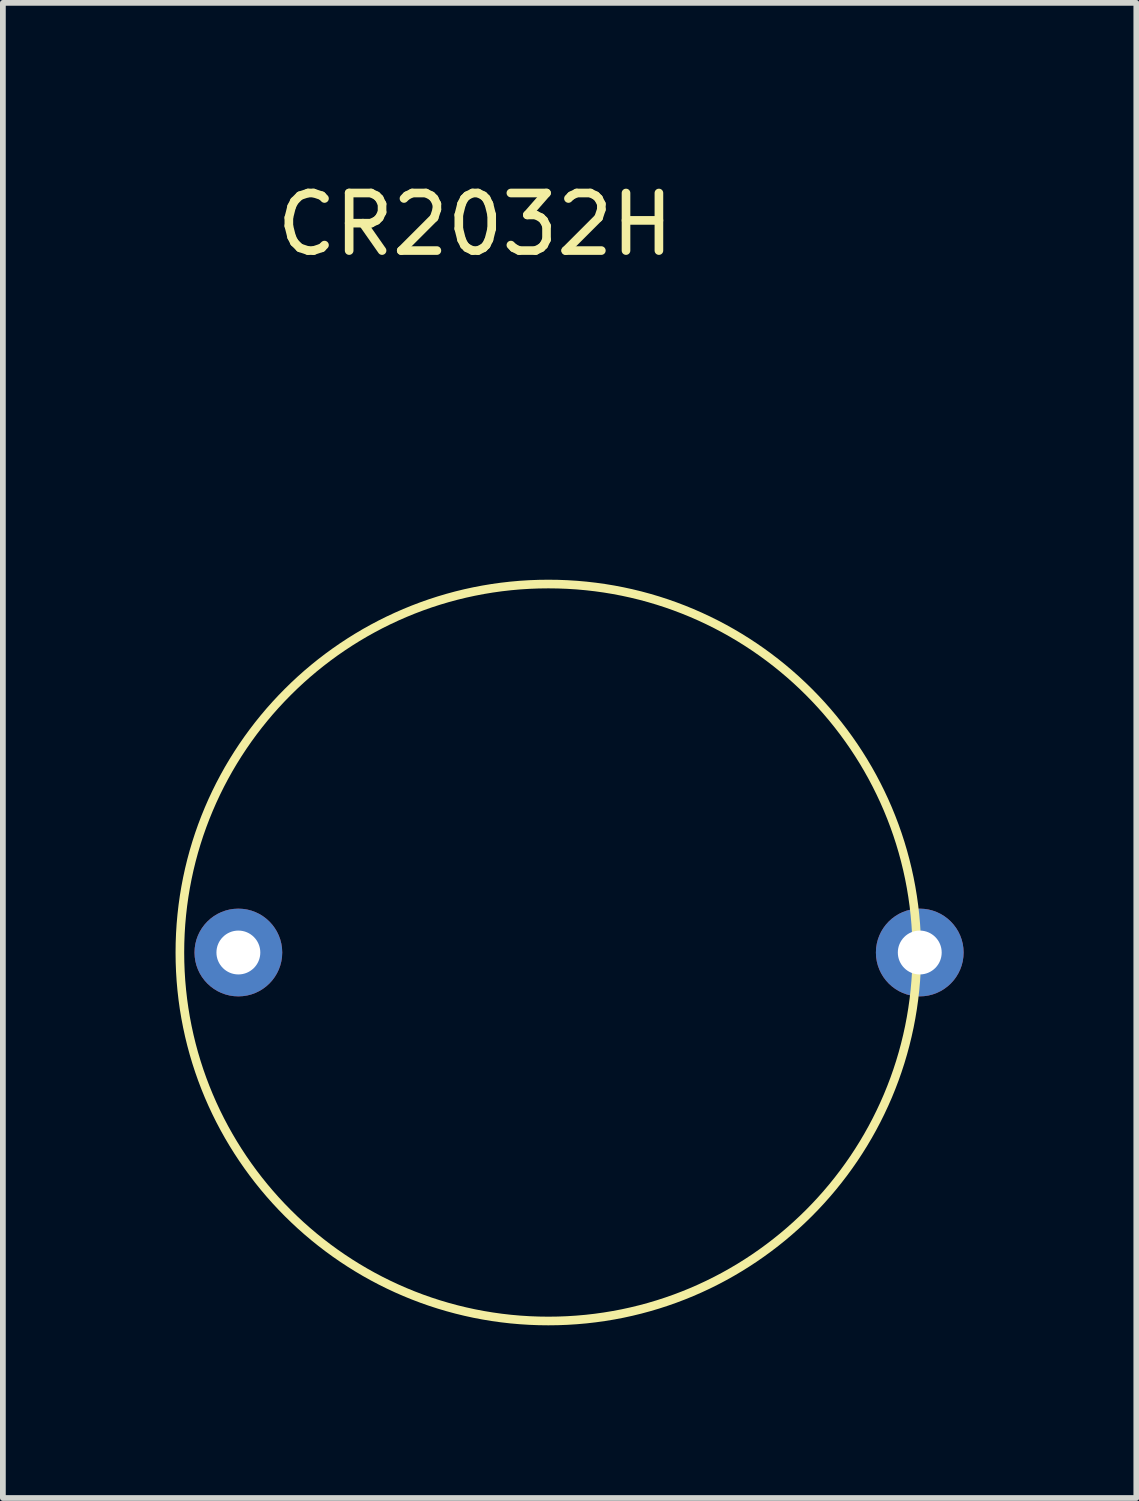
<source format=kicad_pcb>
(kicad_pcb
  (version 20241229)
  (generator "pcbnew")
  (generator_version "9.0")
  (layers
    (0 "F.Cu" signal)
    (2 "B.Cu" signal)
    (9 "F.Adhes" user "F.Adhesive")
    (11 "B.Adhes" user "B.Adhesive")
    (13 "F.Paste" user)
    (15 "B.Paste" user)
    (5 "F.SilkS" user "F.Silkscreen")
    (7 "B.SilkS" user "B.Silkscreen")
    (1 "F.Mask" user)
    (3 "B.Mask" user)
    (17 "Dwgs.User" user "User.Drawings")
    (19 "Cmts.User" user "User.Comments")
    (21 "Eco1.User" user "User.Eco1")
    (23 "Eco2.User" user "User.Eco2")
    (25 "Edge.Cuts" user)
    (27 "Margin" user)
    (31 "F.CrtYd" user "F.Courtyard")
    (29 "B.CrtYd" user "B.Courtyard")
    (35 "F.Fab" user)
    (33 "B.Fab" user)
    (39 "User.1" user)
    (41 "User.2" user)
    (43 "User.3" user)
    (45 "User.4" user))
  (footprint "CR2032H"
    (layer "F.Cu")
    (at 6.476 13.497)
    (property "Reference" "CR2032H" (at -1.27 -12.649 0) (layer "F.SilkS") (effects (font (size 1 1) (thickness 0.15))))
    (attr through_hole)
    (fp_circle (center 0 0) (end 0.051 6.401) (stroke (width 0.15) (type solid)) (fill no) (layer "F.SilkS"))
    (pad "1" thru_hole circle (at 6.452 0) (size 1.524 1.524) (drill 0.762) (layers "*.Cu" "*.Mask"))
    (pad "2" thru_hole circle (at -5.385 0) (size 1.524 1.524) (drill 0.762) (layers "*.Cu" "*.Mask")))
  (gr_rect
    (start -3 -3)
    (end 16.69 22.973)
    (stroke (width 0.1) (type default))
    (fill no)
    (layer "Edge.Cuts")))
</source>
